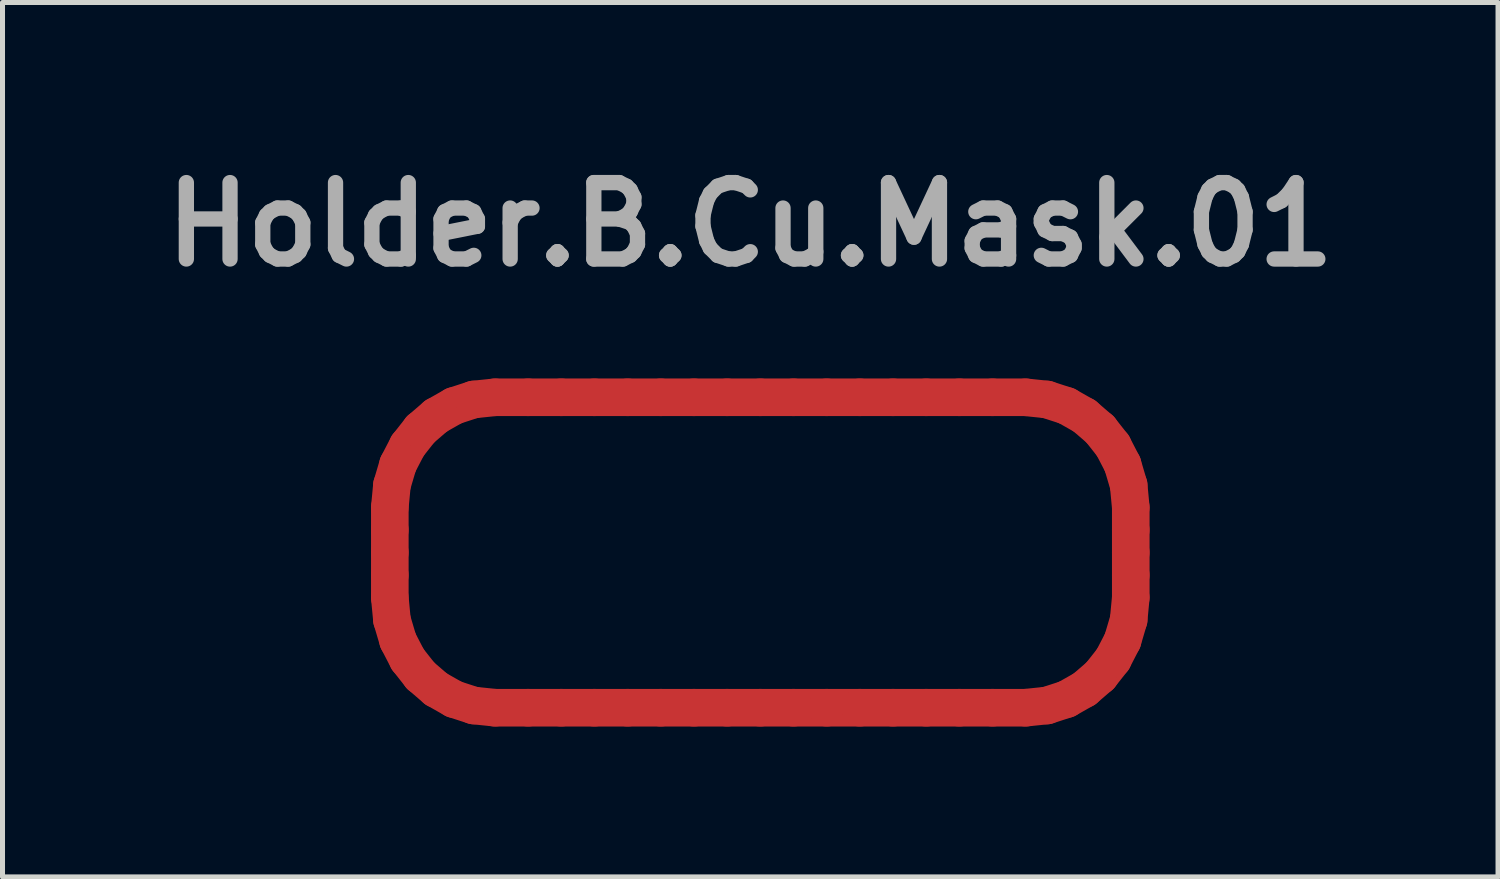
<source format=kicad_pcb>
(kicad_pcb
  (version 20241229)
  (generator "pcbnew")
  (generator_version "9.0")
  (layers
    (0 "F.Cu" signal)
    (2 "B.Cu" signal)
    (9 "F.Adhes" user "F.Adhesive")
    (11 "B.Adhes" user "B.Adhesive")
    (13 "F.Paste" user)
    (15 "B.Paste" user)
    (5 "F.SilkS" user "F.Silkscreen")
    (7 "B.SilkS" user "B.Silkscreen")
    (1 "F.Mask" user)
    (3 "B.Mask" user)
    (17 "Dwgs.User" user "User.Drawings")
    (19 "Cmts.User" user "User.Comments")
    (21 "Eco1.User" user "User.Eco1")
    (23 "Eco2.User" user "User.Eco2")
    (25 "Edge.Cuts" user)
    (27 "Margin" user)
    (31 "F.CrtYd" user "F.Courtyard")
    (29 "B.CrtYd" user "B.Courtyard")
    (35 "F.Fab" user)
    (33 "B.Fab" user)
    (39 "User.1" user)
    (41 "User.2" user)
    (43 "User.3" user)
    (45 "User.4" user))
  (footprint "Holder.B.Cu.Mask.01"
    (layer "F.Cu")
    (at 11.916 7.771)
    (property "Reference" "Holder.B.Cu.Mask.01" (at 0 -6.344 0) (layer "F.Fab") (effects (font (size 1.524 1.524) (thickness 0.305))))
    (attr smd)
    (fp_line (start -7.19 -0.701) (end -7.148 -1.144) (stroke (width 0.75) (type solid)) (layer "F.Cu"))
    (fp_line (start -7.19 -0.25) (end -7.19 -0.701) (stroke (width 0.75) (type solid)) (layer "F.Cu"))
    (fp_line (start -7.19 0.2) (end -7.19 -0.25) (stroke (width 0.75) (type solid)) (layer "F.Cu"))
    (fp_line (start -7.19 0.65) (end -7.19 0.2) (stroke (width 0.75) (type solid)) (layer "F.Cu"))
    (fp_line (start -7.19 1.101) (end -7.19 0.65) (stroke (width 0.75) (type solid)) (layer "F.Cu"))
    (fp_line (start -7.148 -1.144) (end -7.026 -1.557) (stroke (width 0.75) (type solid)) (layer "F.Cu"))
    (fp_line (start -7.148 1.544) (end -7.19 1.101) (stroke (width 0.75) (type solid)) (layer "F.Cu"))
    (fp_line (start -7.026 -1.557) (end -6.833 -1.93) (stroke (width 0.75) (type solid)) (layer "F.Cu"))
    (fp_line (start -7.026 1.957) (end -7.148 1.544) (stroke (width 0.75) (type solid)) (layer "F.Cu"))
    (fp_line (start -6.833 -1.93) (end -6.577 -2.255) (stroke (width 0.75) (type solid)) (layer "F.Cu"))
    (fp_line (start -6.833 2.33) (end -7.026 1.957) (stroke (width 0.75) (type solid)) (layer "F.Cu"))
    (fp_line (start -6.577 -2.255) (end -6.267 -2.522) (stroke (width 0.75) (type solid)) (layer "F.Cu"))
    (fp_line (start -6.577 2.655) (end -6.833 2.33) (stroke (width 0.75) (type solid)) (layer "F.Cu"))
    (fp_line (start -6.267 -2.522) (end -5.911 -2.724) (stroke (width 0.75) (type solid)) (layer "F.Cu"))
    (fp_line (start -6.267 2.922) (end -6.577 2.655) (stroke (width 0.75) (type solid)) (layer "F.Cu"))
    (fp_line (start -5.911 -2.724) (end -5.517 -2.852) (stroke (width 0.75) (type solid)) (layer "F.Cu"))
    (fp_line (start -5.911 3.124) (end -6.267 2.922) (stroke (width 0.75) (type solid)) (layer "F.Cu"))
    (fp_line (start -5.517 -2.852) (end -5.094 -2.896) (stroke (width 0.75) (type solid)) (layer "F.Cu"))
    (fp_line (start -5.517 3.252) (end -5.911 3.124) (stroke (width 0.75) (type solid)) (layer "F.Cu"))
    (fp_line (start -5.094 -2.896) (end -4.432 -2.896) (stroke (width 0.75) (type solid)) (layer "F.Cu"))
    (fp_line (start -5.094 3.296) (end -5.517 3.252) (stroke (width 0.75) (type solid)) (layer "F.Cu"))
    (fp_line (start -4.432 -2.896) (end -3.77 -2.896) (stroke (width 0.75) (type solid)) (layer "F.Cu"))
    (fp_line (start -4.432 3.296) (end -5.094 3.296) (stroke (width 0.75) (type solid)) (layer "F.Cu"))
    (fp_line (start -3.77 -2.896) (end -3.109 -2.896) (stroke (width 0.75) (type solid)) (layer "F.Cu"))
    (fp_line (start -3.77 3.296) (end -4.432 3.296) (stroke (width 0.75) (type solid)) (layer "F.Cu"))
    (fp_line (start -3.109 -2.896) (end -2.447 -2.896) (stroke (width 0.75) (type solid)) (layer "F.Cu"))
    (fp_line (start -3.109 3.296) (end -3.77 3.296) (stroke (width 0.75) (type solid)) (layer "F.Cu"))
    (fp_line (start -2.447 -2.896) (end -1.785 -2.896) (stroke (width 0.75) (type solid)) (layer "F.Cu"))
    (fp_line (start -2.447 3.296) (end -3.109 3.296) (stroke (width 0.75) (type solid)) (layer "F.Cu"))
    (fp_line (start -1.785 -2.896) (end -1.124 -2.896) (stroke (width 0.75) (type solid)) (layer "F.Cu"))
    (fp_line (start -1.785 3.296) (end -2.447 3.296) (stroke (width 0.75) (type solid)) (layer "F.Cu"))
    (fp_line (start -1.124 -2.896) (end -0.462 -2.896) (stroke (width 0.75) (type solid)) (layer "F.Cu"))
    (fp_line (start -1.123 3.296) (end -1.785 3.296) (stroke (width 0.75) (type solid)) (layer "F.Cu"))
    (fp_line (start -0.462 -2.896) (end 0.2 -2.896) (stroke (width 0.75) (type solid)) (layer "F.Cu"))
    (fp_line (start -0.462 3.296) (end -1.123 3.296) (stroke (width 0.75) (type solid)) (layer "F.Cu"))
    (fp_line (start 0.2 -2.896) (end 0.862 -2.896) (stroke (width 0.75) (type solid)) (layer "F.Cu"))
    (fp_line (start 0.2 3.296) (end -0.462 3.296) (stroke (width 0.75) (type solid)) (layer "F.Cu"))
    (fp_line (start 0.862 -2.896) (end 1.523 -2.896) (stroke (width 0.75) (type solid)) (layer "F.Cu"))
    (fp_line (start 0.862 3.296) (end 0.2 3.296) (stroke (width 0.75) (type solid)) (layer "F.Cu"))
    (fp_line (start 1.523 -2.896) (end 2.185 -2.896) (stroke (width 0.75) (type solid)) (layer "F.Cu"))
    (fp_line (start 1.524 3.296) (end 0.862 3.296) (stroke (width 0.75) (type solid)) (layer "F.Cu"))
    (fp_line (start 2.185 -2.896) (end 2.847 -2.896) (stroke (width 0.75) (type solid)) (layer "F.Cu"))
    (fp_line (start 2.185 3.296) (end 1.524 3.296) (stroke (width 0.75) (type solid)) (layer "F.Cu"))
    (fp_line (start 2.847 -2.896) (end 3.509 -2.896) (stroke (width 0.75) (type solid)) (layer "F.Cu"))
    (fp_line (start 2.847 3.296) (end 2.185 3.296) (stroke (width 0.75) (type solid)) (layer "F.Cu"))
    (fp_line (start 3.509 -2.896) (end 4.17 -2.896) (stroke (width 0.75) (type solid)) (layer "F.Cu"))
    (fp_line (start 3.509 3.296) (end 2.847 3.296) (stroke (width 0.75) (type solid)) (layer "F.Cu"))
    (fp_line (start 4.17 -2.896) (end 4.832 -2.896) (stroke (width 0.75) (type solid)) (layer "F.Cu"))
    (fp_line (start 4.17 3.296) (end 3.509 3.296) (stroke (width 0.75) (type solid)) (layer "F.Cu"))
    (fp_line (start 4.832 -2.896) (end 5.494 -2.896) (stroke (width 0.75) (type solid)) (layer "F.Cu"))
    (fp_line (start 4.832 3.296) (end 4.17 3.296) (stroke (width 0.75) (type solid)) (layer "F.Cu"))
    (fp_line (start 5.494 -2.896) (end 5.917 -2.852) (stroke (width 0.75) (type solid)) (layer "F.Cu"))
    (fp_line (start 5.494 3.296) (end 4.832 3.296) (stroke (width 0.75) (type solid)) (layer "F.Cu"))
    (fp_line (start 5.917 -2.852) (end 6.311 -2.724) (stroke (width 0.75) (type solid)) (layer "F.Cu"))
    (fp_line (start 5.917 3.252) (end 5.494 3.296) (stroke (width 0.75) (type solid)) (layer "F.Cu"))
    (fp_line (start 6.311 -2.724) (end 6.667 -2.522) (stroke (width 0.75) (type solid)) (layer "F.Cu"))
    (fp_line (start 6.311 3.124) (end 5.917 3.252) (stroke (width 0.75) (type solid)) (layer "F.Cu"))
    (fp_line (start 6.667 -2.522) (end 6.977 -2.255) (stroke (width 0.75) (type solid)) (layer "F.Cu"))
    (fp_line (start 6.667 2.922) (end 6.311 3.124) (stroke (width 0.75) (type solid)) (layer "F.Cu"))
    (fp_line (start 6.977 -2.255) (end 7.233 -1.93) (stroke (width 0.75) (type solid)) (layer "F.Cu"))
    (fp_line (start 6.977 2.655) (end 6.667 2.922) (stroke (width 0.75) (type solid)) (layer "F.Cu"))
    (fp_line (start 7.233 -1.93) (end 7.426 -1.557) (stroke (width 0.75) (type solid)) (layer "F.Cu"))
    (fp_line (start 7.233 2.33) (end 6.977 2.655) (stroke (width 0.75) (type solid)) (layer "F.Cu"))
    (fp_line (start 7.426 -1.557) (end 7.548 -1.144) (stroke (width 0.75) (type solid)) (layer "F.Cu"))
    (fp_line (start 7.426 1.957) (end 7.233 2.33) (stroke (width 0.75) (type solid)) (layer "F.Cu"))
    (fp_line (start 7.548 -1.144) (end 7.59 -0.701) (stroke (width 0.75) (type solid)) (layer "F.Cu"))
    (fp_line (start 7.548 1.544) (end 7.426 1.957) (stroke (width 0.75) (type solid)) (layer "F.Cu"))
    (fp_line (start 7.59 -0.701) (end 7.59 -0.25) (stroke (width 0.75) (type solid)) (layer "F.Cu"))
    (fp_line (start 7.59 -0.25) (end 7.59 0.2) (stroke (width 0.75) (type solid)) (layer "F.Cu"))
    (fp_line (start 7.59 0.2) (end 7.59 0.65) (stroke (width 0.75) (type solid)) (layer "F.Cu"))
    (fp_line (start 7.59 0.65) (end 7.59 1.101) (stroke (width 0.75) (type solid)) (layer "F.Cu"))
    (fp_line (start 7.59 1.101) (end 7.548 1.544) (stroke (width 0.75) (type solid)) (layer "F.Cu"))
    (fp_line (start -7.19 -0.701) (end -7.148 -1.144) (stroke (width 0.75) (type solid)) (layer "F.Mask"))
    (fp_line (start -7.19 -0.25) (end -7.19 -0.701) (stroke (width 0.75) (type solid)) (layer "F.Mask"))
    (fp_line (start -7.19 0.2) (end -7.19 -0.25) (stroke (width 0.75) (type solid)) (layer "F.Mask"))
    (fp_line (start -7.19 0.65) (end -7.19 0.2) (stroke (width 0.75) (type solid)) (layer "F.Mask"))
    (fp_line (start -7.19 1.101) (end -7.19 0.65) (stroke (width 0.75) (type solid)) (layer "F.Mask"))
    (fp_line (start -7.148 -1.144) (end -7.026 -1.557) (stroke (width 0.75) (type solid)) (layer "F.Mask"))
    (fp_line (start -7.148 1.544) (end -7.19 1.101) (stroke (width 0.75) (type solid)) (layer "F.Mask"))
    (fp_line (start -7.026 -1.557) (end -6.833 -1.93) (stroke (width 0.75) (type solid)) (layer "F.Mask"))
    (fp_line (start -7.026 1.957) (end -7.148 1.544) (stroke (width 0.75) (type solid)) (layer "F.Mask"))
    (fp_line (start -6.833 -1.93) (end -6.577 -2.255) (stroke (width 0.75) (type solid)) (layer "F.Mask"))
    (fp_line (start -6.833 2.33) (end -7.026 1.957) (stroke (width 0.75) (type solid)) (layer "F.Mask"))
    (fp_line (start -6.577 -2.255) (end -6.267 -2.522) (stroke (width 0.75) (type solid)) (layer "F.Mask"))
    (fp_line (start -6.577 2.655) (end -6.833 2.33) (stroke (width 0.75) (type solid)) (layer "F.Mask"))
    (fp_line (start -6.267 -2.522) (end -5.911 -2.724) (stroke (width 0.75) (type solid)) (layer "F.Mask"))
    (fp_line (start -6.267 2.922) (end -6.577 2.655) (stroke (width 0.75) (type solid)) (layer "F.Mask"))
    (fp_line (start -5.911 -2.724) (end -5.517 -2.852) (stroke (width 0.75) (type solid)) (layer "F.Mask"))
    (fp_line (start -5.911 3.124) (end -6.267 2.922) (stroke (width 0.75) (type solid)) (layer "F.Mask"))
    (fp_line (start -5.517 -2.852) (end -5.094 -2.896) (stroke (width 0.75) (type solid)) (layer "F.Mask"))
    (fp_line (start -5.517 3.252) (end -5.911 3.124) (stroke (width 0.75) (type solid)) (layer "F.Mask"))
    (fp_line (start -5.094 -2.896) (end -4.432 -2.896) (stroke (width 0.75) (type solid)) (layer "F.Mask"))
    (fp_line (start -5.094 3.296) (end -5.517 3.252) (stroke (width 0.75) (type solid)) (layer "F.Mask"))
    (fp_line (start -4.432 -2.896) (end -3.77 -2.896) (stroke (width 0.75) (type solid)) (layer "F.Mask"))
    (fp_line (start -4.432 3.296) (end -5.094 3.296) (stroke (width 0.75) (type solid)) (layer "F.Mask"))
    (fp_line (start -3.77 -2.896) (end -3.109 -2.896) (stroke (width 0.75) (type solid)) (layer "F.Mask"))
    (fp_line (start -3.77 3.296) (end -4.432 3.296) (stroke (width 0.75) (type solid)) (layer "F.Mask"))
    (fp_line (start -3.109 -2.896) (end -2.447 -2.896) (stroke (width 0.75) (type solid)) (layer "F.Mask"))
    (fp_line (start -3.109 3.296) (end -3.77 3.296) (stroke (width 0.75) (type solid)) (layer "F.Mask"))
    (fp_line (start -2.447 -2.896) (end -1.785 -2.896) (stroke (width 0.75) (type solid)) (layer "F.Mask"))
    (fp_line (start -2.447 3.296) (end -3.109 3.296) (stroke (width 0.75) (type solid)) (layer "F.Mask"))
    (fp_line (start -1.785 -2.896) (end -1.124 -2.896) (stroke (width 0.75) (type solid)) (layer "F.Mask"))
    (fp_line (start -1.785 3.296) (end -2.447 3.296) (stroke (width 0.75) (type solid)) (layer "F.Mask"))
    (fp_line (start -1.124 -2.896) (end -0.462 -2.896) (stroke (width 0.75) (type solid)) (layer "F.Mask"))
    (fp_line (start -1.123 3.296) (end -1.785 3.296) (stroke (width 0.75) (type solid)) (layer "F.Mask"))
    (fp_line (start -0.462 -2.896) (end 0.2 -2.896) (stroke (width 0.75) (type solid)) (layer "F.Mask"))
    (fp_line (start -0.462 3.296) (end -1.123 3.296) (stroke (width 0.75) (type solid)) (layer "F.Mask"))
    (fp_line (start 0.2 -2.896) (end 0.862 -2.896) (stroke (width 0.75) (type solid)) (layer "F.Mask"))
    (fp_line (start 0.2 3.296) (end -0.462 3.296) (stroke (width 0.75) (type solid)) (layer "F.Mask"))
    (fp_line (start 0.862 -2.896) (end 1.523 -2.896) (stroke (width 0.75) (type solid)) (layer "F.Mask"))
    (fp_line (start 0.862 3.296) (end 0.2 3.296) (stroke (width 0.75) (type solid)) (layer "F.Mask"))
    (fp_line (start 1.523 -2.896) (end 2.185 -2.896) (stroke (width 0.75) (type solid)) (layer "F.Mask"))
    (fp_line (start 1.524 3.296) (end 0.862 3.296) (stroke (width 0.75) (type solid)) (layer "F.Mask"))
    (fp_line (start 2.185 -2.896) (end 2.847 -2.896) (stroke (width 0.75) (type solid)) (layer "F.Mask"))
    (fp_line (start 2.185 3.296) (end 1.524 3.296) (stroke (width 0.75) (type solid)) (layer "F.Mask"))
    (fp_line (start 2.847 -2.896) (end 3.509 -2.896) (stroke (width 0.75) (type solid)) (layer "F.Mask"))
    (fp_line (start 2.847 3.296) (end 2.185 3.296) (stroke (width 0.75) (type solid)) (layer "F.Mask"))
    (fp_line (start 3.509 -2.896) (end 4.17 -2.896) (stroke (width 0.75) (type solid)) (layer "F.Mask"))
    (fp_line (start 3.509 3.296) (end 2.847 3.296) (stroke (width 0.75) (type solid)) (layer "F.Mask"))
    (fp_line (start 4.17 -2.896) (end 4.832 -2.896) (stroke (width 0.75) (type solid)) (layer "F.Mask"))
    (fp_line (start 4.17 3.296) (end 3.509 3.296) (stroke (width 0.75) (type solid)) (layer "F.Mask"))
    (fp_line (start 4.832 -2.896) (end 5.494 -2.896) (stroke (width 0.75) (type solid)) (layer "F.Mask"))
    (fp_line (start 4.832 3.296) (end 4.17 3.296) (stroke (width 0.75) (type solid)) (layer "F.Mask"))
    (fp_line (start 5.494 -2.896) (end 5.917 -2.852) (stroke (width 0.75) (type solid)) (layer "F.Mask"))
    (fp_line (start 5.494 3.296) (end 4.832 3.296) (stroke (width 0.75) (type solid)) (layer "F.Mask"))
    (fp_line (start 5.917 -2.852) (end 6.311 -2.724) (stroke (width 0.75) (type solid)) (layer "F.Mask"))
    (fp_line (start 5.917 3.252) (end 5.494 3.296) (stroke (width 0.75) (type solid)) (layer "F.Mask"))
    (fp_line (start 6.311 -2.724) (end 6.667 -2.522) (stroke (width 0.75) (type solid)) (layer "F.Mask"))
    (fp_line (start 6.311 3.124) (end 5.917 3.252) (stroke (width 0.75) (type solid)) (layer "F.Mask"))
    (fp_line (start 6.667 -2.522) (end 6.977 -2.255) (stroke (width 0.75) (type solid)) (layer "F.Mask"))
    (fp_line (start 6.667 2.922) (end 6.311 3.124) (stroke (width 0.75) (type solid)) (layer "F.Mask"))
    (fp_line (start 6.977 -2.255) (end 7.233 -1.93) (stroke (width 0.75) (type solid)) (layer "F.Mask"))
    (fp_line (start 6.977 2.655) (end 6.667 2.922) (stroke (width 0.75) (type solid)) (layer "F.Mask"))
    (fp_line (start 7.233 -1.93) (end 7.426 -1.557) (stroke (width 0.75) (type solid)) (layer "F.Mask"))
    (fp_line (start 7.233 2.33) (end 6.977 2.655) (stroke (width 0.75) (type solid)) (layer "F.Mask"))
    (fp_line (start 7.426 -1.557) (end 7.548 -1.144) (stroke (width 0.75) (type solid)) (layer "F.Mask"))
    (fp_line (start 7.426 1.957) (end 7.233 2.33) (stroke (width 0.75) (type solid)) (layer "F.Mask"))
    (fp_line (start 7.548 -1.144) (end 7.59 -0.701) (stroke (width 0.75) (type solid)) (layer "F.Mask"))
    (fp_line (start 7.548 1.544) (end 7.426 1.957) (stroke (width 0.75) (type solid)) (layer "F.Mask"))
    (fp_line (start 7.59 -0.701) (end 7.59 -0.25) (stroke (width 0.75) (type solid)) (layer "F.Mask"))
    (fp_line (start 7.59 -0.25) (end 7.59 0.2) (stroke (width 0.75) (type solid)) (layer "F.Mask"))
    (fp_line (start 7.59 0.2) (end 7.59 0.65) (stroke (width 0.75) (type solid)) (layer "F.Mask"))
    (fp_line (start 7.59 0.65) (end 7.59 1.101) (stroke (width 0.75) (type solid)) (layer "F.Mask"))
    (fp_line (start 7.59 1.101) (end 7.548 1.544) (stroke (width 0.75) (type solid)) (layer "F.Mask")))
  (gr_rect
    (start -3 -3)
    (end 26.832 14.442)
    (stroke (width 0.1) (type default))
    (fill no)
    (layer "Edge.Cuts")))
</source>
